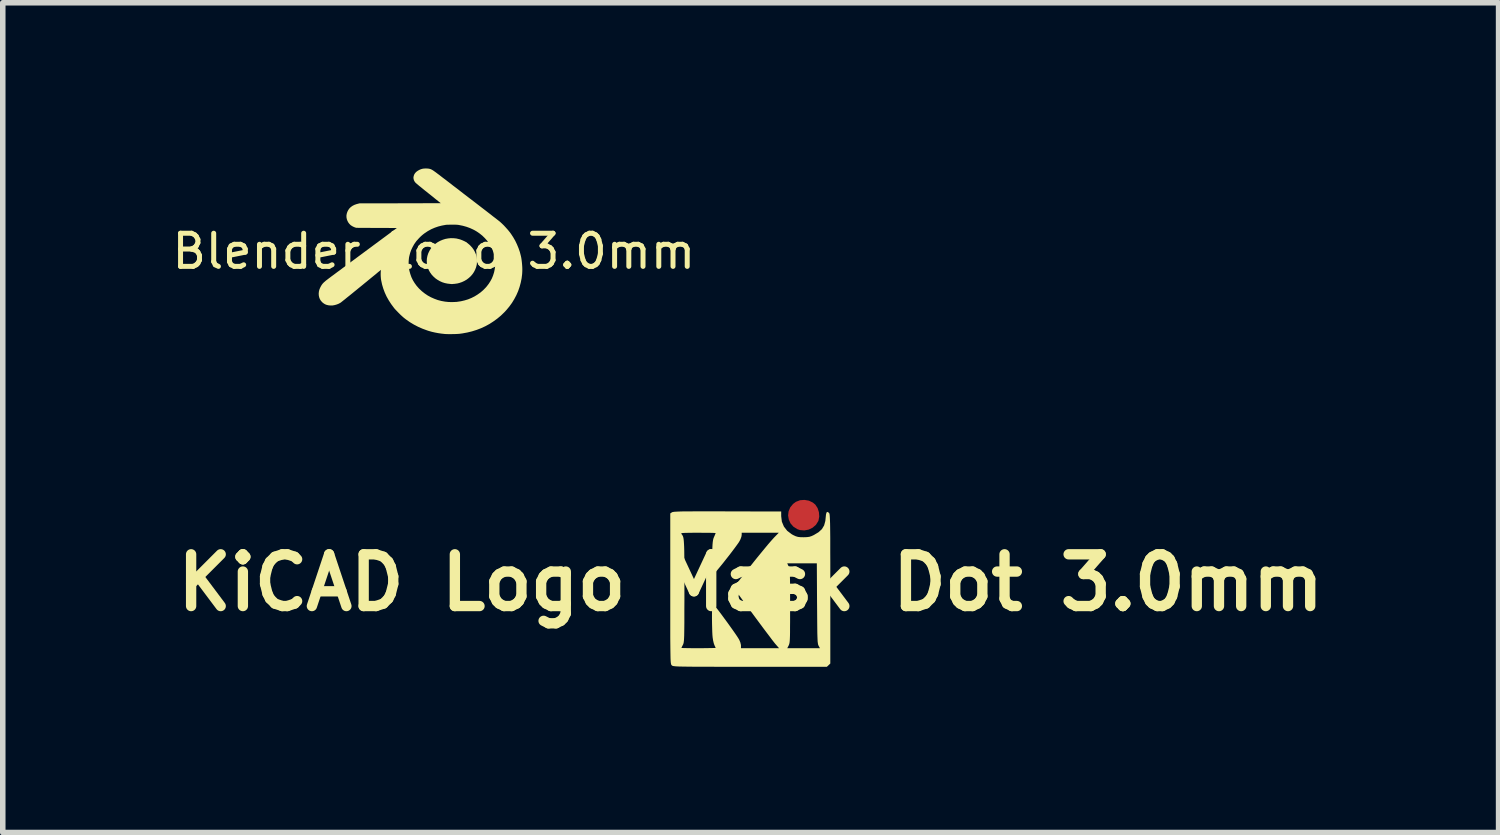
<source format=kicad_pcb>
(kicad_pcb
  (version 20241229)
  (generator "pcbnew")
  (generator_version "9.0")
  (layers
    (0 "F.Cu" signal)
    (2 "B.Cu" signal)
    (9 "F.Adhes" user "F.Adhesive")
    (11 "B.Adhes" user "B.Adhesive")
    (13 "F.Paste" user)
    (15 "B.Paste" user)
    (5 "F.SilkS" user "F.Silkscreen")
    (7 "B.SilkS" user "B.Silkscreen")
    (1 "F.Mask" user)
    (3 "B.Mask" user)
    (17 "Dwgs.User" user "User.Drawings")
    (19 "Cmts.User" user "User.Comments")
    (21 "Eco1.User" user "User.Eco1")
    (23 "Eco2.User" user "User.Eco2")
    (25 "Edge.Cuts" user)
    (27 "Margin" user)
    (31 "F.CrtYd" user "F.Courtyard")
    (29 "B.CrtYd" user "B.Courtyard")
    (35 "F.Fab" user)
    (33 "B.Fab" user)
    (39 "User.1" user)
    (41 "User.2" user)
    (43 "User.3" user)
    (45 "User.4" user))
  (footprint "KiCAD Logo Mask Dot 3.0mm"
    (layer "F.Cu")
    (at 10.538 7.497)
    (property "Reference" "KiCAD Logo Mask Dot 3.0mm" (at 0 0 180) (layer "F.SilkS") (effects (font (size 0.937 0.937) (thickness 0.187))))
    (attr board_only exclude_from_pos_files exclude_from_bom)
    (fp_poly (pts (xy 1.055 -1.484) (xy 1.127 -1.449) (xy 1.171 -1.412) (xy 1.212 -1.35) (xy 1.236 -1.275) (xy 1.242 -1.197) (xy 1.228 -1.123) (xy 1.224 -1.114) (xy 1.182 -1.047) (xy 1.122 -0.995) (xy 1.05 -0.96) (xy 0.971 -0.945) (xy 0.892 -0.952) (xy 0.845 -0.968) (xy 0.773 -1.014) (xy 0.721 -1.074) (xy 0.69 -1.144) (xy 0.678 -1.218) (xy 0.687 -1.292) (xy 0.717 -1.363) (xy 0.768 -1.425) (xy 0.819 -1.463) (xy 0.894 -1.492) (xy 0.974 -1.498)) (stroke (width 0) (type solid)) (fill yes) (layer "F.Cu"))
    (fp_poly (pts (xy 1.052 -1.485) (xy 1.124 -1.45) (xy 1.168 -1.413) (xy 1.209 -1.351) (xy 1.233 -1.276) (xy 1.239 -1.197) (xy 1.225 -1.124) (xy 1.221 -1.115) (xy 1.179 -1.047) (xy 1.119 -0.995) (xy 1.047 -0.961) (xy 0.969 -0.946) (xy 0.889 -0.953) (xy 0.842 -0.969) (xy 0.77 -1.015) (xy 0.719 -1.075) (xy 0.687 -1.144) (xy 0.675 -1.219) (xy 0.684 -1.293) (xy 0.714 -1.364) (xy 0.765 -1.426) (xy 0.816 -1.463) (xy 0.891 -1.492) (xy 0.971 -1.499)) (stroke (width 0) (type solid)) (fill yes) (layer "F.Mask"))
    (fp_poly (pts (xy -0.705 -1.291) (xy -0.532 -1.291) (xy -0.421 -1.29) (xy 0.553 -1.288) (xy 0.553 -1.203) (xy 0.565 -1.104) (xy 0.602 -1.015) (xy 0.662 -0.938) (xy 0.744 -0.876) (xy 0.771 -0.861) (xy 0.816 -0.84) (xy 0.857 -0.828) (xy 0.903 -0.823) (xy 0.957 -0.822) (xy 1.018 -0.824) (xy 1.063 -0.83) (xy 1.103 -0.843) (xy 1.144 -0.862) (xy 1.229 -0.913) (xy 1.29 -0.969) (xy 1.33 -1.036) (xy 1.352 -1.117) (xy 1.358 -1.176) (xy 1.364 -1.235) (xy 1.373 -1.269) (xy 1.387 -1.281) (xy 1.407 -1.272) (xy 1.421 -1.259) (xy 1.424 -1.254) (xy 1.427 -1.243) (xy 1.43 -1.227) (xy 1.432 -1.203) (xy 1.434 -1.169) (xy 1.436 -1.125) (xy 1.438 -1.068) (xy 1.439 -0.997) (xy 1.44 -0.911) (xy 1.441 -0.808) (xy 1.441 -0.686) (xy 1.441 -0.544) (xy 1.442 -0.381) (xy 1.442 -0.194) (xy 1.442 0.018) (xy 1.442 0.113) (xy 1.442 1.464) (xy 1.411 1.494) (xy 1.38 1.523) (xy -0.011 1.523) (xy -0.235 1.523) (xy -0.433 1.523) (xy -0.608 1.523) (xy -0.761 1.522) (xy -0.892 1.522) (xy -1.005 1.522) (xy -1.1 1.521) (xy -1.179 1.52) (xy -1.244 1.519) (xy -1.295 1.518) (xy -1.336 1.516) (xy -1.366 1.514) (xy -1.388 1.511) (xy -1.404 1.509) (xy -1.415 1.505) (xy -1.422 1.502) (xy -1.427 1.497) (xy -1.428 1.496) (xy -1.433 1.491) (xy -1.437 1.485) (xy -1.44 1.476) (xy -1.443 1.462) (xy -1.446 1.442) (xy -1.448 1.414) (xy -1.45 1.377) (xy -1.451 1.329) (xy -1.452 1.269) (xy -1.453 1.195) (xy -1.454 1.105) (xy -1.455 0.997) (xy -1.455 0.871) (xy -1.455 0.725) (xy -1.455 0.557) (xy -1.455 0.365) (xy -1.455 0.148) (xy -1.455 0.108) (xy -1.455 -0.887) (xy -1.256 -0.887) (xy -1.251 -0.879) (xy -1.241 -0.867) (xy -1.233 -0.854) (xy -1.225 -0.838) (xy -1.219 -0.818) (xy -1.214 -0.792) (xy -1.21 -0.756) (xy -1.207 -0.711) (xy -1.204 -0.653) (xy -1.202 -0.581) (xy -1.201 -0.492) (xy -1.2 -0.385) (xy -1.2 -0.258) (xy -1.199 -0.109) (xy -1.199 0.065) (xy -1.199 0.146) (xy -1.199 0.327) (xy -1.2 0.482) (xy -1.2 0.615) (xy -1.2 0.727) (xy -1.201 0.819) (xy -1.202 0.895) (xy -1.203 0.956) (xy -1.205 1.003) (xy -1.207 1.04) (xy -1.21 1.067) (xy -1.213 1.088) (xy -1.217 1.103) (xy -1.221 1.115) (xy -1.226 1.125) (xy -1.243 1.158) (xy -1.252 1.179) (xy -1.253 1.182) (xy -1.24 1.183) (xy -1.204 1.184) (xy -1.149 1.185) (xy -1.078 1.186) (xy -0.995 1.186) (xy -0.943 1.186) (xy -0.855 1.186) (xy -0.777 1.185) (xy -0.712 1.184) (xy -0.664 1.183) (xy -0.638 1.182) (xy -0.633 1.181) (xy -0.639 1.167) (xy -0.652 1.139) (xy -0.655 1.133) (xy -0.668 1.096) (xy -0.68 1.045) (xy -0.688 0.992) (xy -0.692 0.948) (xy -0.695 0.887) (xy -0.697 0.815) (xy -0.699 0.736) (xy -0.7 0.655) (xy -0.7 0.576) (xy -0.699 0.504) (xy -0.698 0.443) (xy -0.695 0.399) (xy -0.692 0.375) (xy -0.691 0.373) (xy -0.68 0.381) (xy -0.657 0.409) (xy -0.623 0.452) (xy -0.58 0.508) (xy -0.531 0.573) (xy -0.479 0.644) (xy -0.425 0.717) (xy -0.372 0.791) (xy -0.322 0.861) (xy -0.278 0.924) (xy -0.242 0.977) (xy -0.217 1.017) (xy -0.206 1.036) (xy -0.187 1.081) (xy -0.176 1.126) (xy -0.175 1.141) (xy -0.175 1.186) (xy 0.17 1.186) (xy 0.514 1.186) (xy 0.441 1.102) (xy 0.422 1.078) (xy 0.389 1.036) (xy 0.345 0.977) (xy 0.291 0.906) (xy 0.23 0.825) (xy 0.164 0.736) (xy 0.095 0.643) (xy 0.025 0.548) (xy -0.043 0.456) (xy -0.108 0.367) (xy -0.167 0.286) (xy -0.218 0.216) (xy -0.259 0.158) (xy -0.288 0.117) (xy -0.302 0.096) (xy -0.296 0.083) (xy -0.275 0.051) (xy -0.24 0.004) (xy -0.195 -0.056) (xy -0.141 -0.126) (xy -0.08 -0.204) (xy -0.014 -0.288) (xy 0.036 -0.35) (xy 0.662 -0.35) (xy 0.688 -0.293) (xy 0.694 -0.279) (xy 0.699 -0.263) (xy 0.703 -0.242) (xy 0.706 -0.215) (xy 0.708 -0.179) (xy 0.71 -0.132) (xy 0.712 -0.071) (xy 0.713 0.007) (xy 0.713 0.104) (xy 0.714 0.221) (xy 0.714 0.362) (xy 0.714 0.425) (xy 0.714 0.576) (xy 0.714 0.703) (xy 0.713 0.807) (xy 0.713 0.892) (xy 0.712 0.959) (xy 0.71 1.011) (xy 0.708 1.051) (xy 0.705 1.08) (xy 0.701 1.102) (xy 0.696 1.118) (xy 0.691 1.131) (xy 0.689 1.136) (xy 0.663 1.186) (xy 0.959 1.186) (xy 1.254 1.186) (xy 1.23 1.142) (xy 1.225 1.131) (xy 1.22 1.116) (xy 1.217 1.096) (xy 1.213 1.068) (xy 1.211 1.03) (xy 1.209 0.98) (xy 1.207 0.915) (xy 1.206 0.833) (xy 1.205 0.733) (xy 1.204 0.611) (xy 1.203 0.466) (xy 1.202 0.374) (xy 1.198 -0.35) (xy 0.93 -0.35) (xy 0.662 -0.35) (xy 0.036 -0.35) (xy 0.054 -0.373) (xy 0.123 -0.459) (xy 0.191 -0.542) (xy 0.255 -0.62) (xy 0.313 -0.69) (xy 0.364 -0.749) (xy 0.405 -0.795) (xy 0.426 -0.818) (xy 0.509 -0.903) (xy 0.174 -0.903) (xy -0.162 -0.903) (xy -0.162 -0.864) (xy -0.168 -0.83) (xy -0.184 -0.786) (xy -0.199 -0.756) (xy -0.217 -0.726) (xy -0.249 -0.681) (xy -0.29 -0.625) (xy -0.338 -0.561) (xy -0.391 -0.492) (xy -0.447 -0.421) (xy -0.502 -0.351) (xy -0.555 -0.286) (xy -0.603 -0.228) (xy -0.643 -0.181) (xy -0.672 -0.148) (xy -0.69 -0.132) (xy -0.693 -0.132) (xy -0.696 -0.147) (xy -0.698 -0.185) (xy -0.699 -0.243) (xy -0.7 -0.317) (xy -0.699 -0.404) (xy -0.698 -0.45) (xy -0.695 -0.552) (xy -0.693 -0.631) (xy -0.69 -0.69) (xy -0.686 -0.735) (xy -0.681 -0.769) (xy -0.675 -0.795) (xy -0.666 -0.819) (xy -0.662 -0.828) (xy -0.646 -0.865) (xy -0.636 -0.891) (xy -0.633 -0.898) (xy -0.646 -0.899) (xy -0.682 -0.901) (xy -0.738 -0.902) (xy -0.809 -0.902) (xy -0.893 -0.903) (xy -0.952 -0.903) (xy -1.053 -0.903) (xy -1.129 -0.902) (xy -1.185 -0.901) (xy -1.222 -0.899) (xy -1.245 -0.897) (xy -1.255 -0.892) (xy -1.256 -0.887) (xy -1.455 -0.887) (xy -1.455 -1.253) (xy -1.425 -1.273) (xy -1.416 -1.277) (xy -1.401 -1.28) (xy -1.379 -1.283) (xy -1.347 -1.285) (xy -1.304 -1.287) (xy -1.248 -1.289) (xy -1.177 -1.29) (xy -1.089 -1.29) (xy -0.982 -1.291) (xy -0.855 -1.291)) (stroke (width 0) (type solid)) (fill yes) (layer "F.SilkS")))
  (footprint "Blender Logo 3.0mm"
    (layer "F.Cu")
    (at 4.804 1.499)
    (property "Reference" "Blender Logo 3.0mm" (at 0 0 180) (layer "F.SilkS") (effects (font (size 0.6 0.6) (thickness 0.09))))
    (attr board_only exclude_from_pos_files exclude_from_bom)
    (fp_poly (pts (xy 0.357 -0.237) (xy 0.407 -0.232) (xy 0.457 -0.22) (xy 0.481 -0.213) (xy 0.527 -0.195) (xy 0.57 -0.173) (xy 0.61 -0.147) (xy 0.647 -0.116) (xy 0.661 -0.102) (xy 0.694 -0.066) (xy 0.721 -0.028) (xy 0.743 0.012) (xy 0.761 0.055) (xy 0.773 0.1) (xy 0.773 0.101) (xy 0.776 0.116) (xy 0.777 0.135) (xy 0.778 0.157) (xy 0.779 0.18) (xy 0.779 0.202) (xy 0.778 0.223) (xy 0.776 0.24) (xy 0.775 0.246) (xy 0.763 0.292) (xy 0.746 0.335) (xy 0.724 0.377) (xy 0.698 0.415) (xy 0.667 0.451) (xy 0.632 0.483) (xy 0.594 0.512) (xy 0.553 0.536) (xy 0.508 0.557) (xy 0.461 0.573) (xy 0.426 0.582) (xy 0.412 0.584) (xy 0.396 0.586) (xy 0.378 0.589) (xy 0.36 0.59) (xy 0.343 0.592) (xy 0.329 0.593) (xy 0.32 0.593) (xy 0.319 0.593) (xy 0.312 0.592) (xy 0.302 0.591) (xy 0.298 0.591) (xy 0.247 0.585) (xy 0.198 0.575) (xy 0.151 0.56) (xy 0.105 0.539) (xy 0.104 0.538) (xy 0.061 0.513) (xy 0.022 0.485) (xy -0.012 0.453) (xy -0.043 0.419) (xy -0.069 0.382) (xy -0.091 0.343) (xy -0.107 0.302) (xy -0.12 0.26) (xy -0.127 0.216) (xy -0.129 0.172) (xy -0.126 0.128) (xy -0.117 0.083) (xy -0.103 0.039) (xy -0.099 0.03) (xy -0.079 -0.011) (xy -0.055 -0.05) (xy -0.025 -0.087) (xy -0.007 -0.105) (xy 0.03 -0.138) (xy 0.07 -0.166) (xy 0.114 -0.19) (xy 0.16 -0.209) (xy 0.207 -0.224) (xy 0.256 -0.233) (xy 0.306 -0.238)) (stroke (width 0) (type solid)) (fill yes) (layer "F.SilkS"))
    (fp_poly (pts (xy -0.134 -1.499) (xy -0.112 -1.498) (xy -0.093 -1.496) (xy -0.079 -1.493) (xy -0.072 -1.491) (xy -0.065 -1.489) (xy -0.058 -1.487) (xy -0.051 -1.484) (xy -0.043 -1.48) (xy -0.035 -1.476) (xy -0.025 -1.47) (xy -0.015 -1.464) (xy -0.002 -1.455) (xy 0.012 -1.445) (xy 0.029 -1.433) (xy 0.048 -1.419) (xy 0.07 -1.402) (xy 0.095 -1.384) (xy 0.123 -1.362) (xy 0.155 -1.337) (xy 0.191 -1.31) (xy 0.232 -1.279) (xy 0.238 -1.274) (xy 0.272 -1.248) (xy 0.309 -1.22) (xy 0.349 -1.188) (xy 0.393 -1.155) (xy 0.439 -1.12) (xy 0.486 -1.083) (xy 0.535 -1.045) (xy 0.585 -1.007) (xy 0.634 -0.969) (xy 0.683 -0.932) (xy 0.731 -0.895) (xy 0.778 -0.859) (xy 0.822 -0.825) (xy 0.862 -0.794) (xy 0.9 -0.765) (xy 0.938 -0.736) (xy 0.974 -0.708) (xy 1.009 -0.681) (xy 1.041 -0.656) (xy 1.071 -0.632) (xy 1.099 -0.611) (xy 1.124 -0.592) (xy 1.145 -0.575) (xy 1.164 -0.561) (xy 1.178 -0.549) (xy 1.189 -0.541) (xy 1.195 -0.536) (xy 1.195 -0.536) (xy 1.23 -0.504) (xy 1.266 -0.469) (xy 1.302 -0.43) (xy 1.337 -0.391) (xy 1.369 -0.352) (xy 1.395 -0.317) (xy 1.435 -0.256) (xy 1.472 -0.192) (xy 1.504 -0.125) (xy 1.532 -0.057) (xy 1.556 0.012) (xy 1.574 0.081) (xy 1.582 0.118) (xy 1.588 0.158) (xy 1.593 0.2) (xy 1.597 0.244) (xy 1.6 0.288) (xy 1.601 0.33) (xy 1.6 0.37) (xy 1.598 0.406) (xy 1.598 0.409) (xy 1.588 0.49) (xy 1.572 0.569) (xy 1.551 0.646) (xy 1.525 0.721) (xy 1.493 0.794) (xy 1.456 0.864) (xy 1.414 0.933) (xy 1.367 0.998) (xy 1.314 1.062) (xy 1.274 1.105) (xy 1.212 1.165) (xy 1.147 1.219) (xy 1.078 1.269) (xy 1.007 1.315) (xy 0.932 1.356) (xy 0.854 1.392) (xy 0.773 1.423) (xy 0.69 1.449) (xy 0.605 1.47) (xy 0.517 1.486) (xy 0.473 1.492) (xy 0.456 1.494) (xy 0.439 1.495) (xy 0.422 1.496) (xy 0.403 1.497) (xy 0.381 1.498) (xy 0.356 1.498) (xy 0.325 1.499) (xy 0.325 1.499) (xy 0.301 1.499) (xy 0.277 1.499) (xy 0.254 1.499) (xy 0.235 1.498) (xy 0.218 1.498) (xy 0.206 1.497) (xy 0.201 1.497) (xy 0.137 1.49) (xy 0.076 1.481) (xy 0.018 1.47) (xy -0.038 1.457) (xy -0.095 1.441) (xy -0.122 1.432) (xy -0.204 1.402) (xy -0.284 1.367) (xy -0.361 1.327) (xy -0.436 1.282) (xy -0.508 1.231) (xy -0.539 1.207) (xy -0.558 1.191) (xy -0.579 1.172) (xy -0.602 1.151) (xy -0.626 1.127) (xy -0.65 1.103) (xy -0.673 1.079) (xy -0.694 1.057) (xy -0.713 1.036) (xy -0.724 1.022) (xy -0.773 0.956) (xy -0.817 0.888) (xy -0.856 0.819) (xy -0.889 0.747) (xy -0.916 0.675) (xy -0.938 0.601) (xy -0.954 0.525) (xy -0.958 0.501) (xy -0.96 0.479) (xy -0.962 0.453) (xy -0.963 0.426) (xy -0.963 0.398) (xy -0.962 0.372) (xy -0.961 0.36) (xy -0.959 0.336) (xy -0.981 0.355) (xy -1.004 0.373) (xy -1.029 0.394) (xy -1.056 0.417) (xy -1.086 0.441) (xy -1.118 0.467) (xy -1.151 0.494) (xy -1.185 0.522) (xy -1.22 0.551) (xy -1.256 0.58) (xy -1.292 0.61) (xy -1.329 0.64) (xy -1.365 0.669) (xy -1.4 0.698) (xy -1.435 0.726) (xy -1.469 0.754) (xy -1.501 0.78) (xy -1.532 0.805) (xy -1.561 0.828) (xy -1.587 0.849) (xy -1.611 0.869) (xy -1.632 0.885) (xy -1.65 0.9) (xy -1.665 0.911) (xy -1.675 0.92) (xy -1.682 0.925) (xy -1.684 0.927) (xy -1.719 0.947) (xy -1.756 0.962) (xy -1.794 0.973) (xy -1.832 0.98) (xy -1.869 0.981) (xy -1.906 0.978) (xy -1.94 0.97) (xy -1.944 0.969) (xy -1.971 0.958) (xy -1.995 0.943) (xy -2.018 0.925) (xy -2.026 0.917) (xy -2.048 0.891) (xy -2.065 0.863) (xy -2.076 0.833) (xy -2.083 0.8) (xy -2.085 0.767) (xy -2.082 0.732) (xy -2.074 0.697) (xy -2.06 0.662) (xy -2.042 0.627) (xy -2.035 0.616) (xy -2.03 0.608) (xy -2.024 0.599) (xy -2.018 0.592) (xy -2.012 0.584) (xy -2.004 0.576) (xy -1.996 0.567) (xy -1.986 0.558) (xy -1.974 0.548) (xy -1.961 0.536) (xy -1.945 0.523) (xy -1.926 0.509) (xy -1.904 0.492) (xy -1.88 0.474) (xy -1.851 0.452) (xy -1.819 0.429) (xy -1.783 0.402) (xy -1.743 0.372) (xy -1.742 0.371) (xy -1.715 0.352) (xy -1.684 0.329) (xy -1.65 0.303) (xy -1.611 0.275) (xy -1.57 0.244) (xy -1.56 0.237) (xy -0.457 0.237) (xy -0.456 0.267) (xy -0.454 0.291) (xy -0.443 0.353) (xy -0.427 0.411) (xy -0.407 0.468) (xy -0.381 0.522) (xy -0.35 0.573) (xy -0.314 0.623) (xy -0.272 0.671) (xy -0.265 0.678) (xy -0.217 0.723) (xy -0.165 0.764) (xy -0.11 0.801) (xy -0.053 0.832) (xy 0.008 0.859) (xy 0.07 0.882) (xy 0.135 0.899) (xy 0.201 0.911) (xy 0.269 0.918) (xy 0.338 0.919) (xy 0.409 0.916) (xy 0.425 0.914) (xy 0.491 0.904) (xy 0.555 0.889) (xy 0.618 0.87) (xy 0.679 0.845) (xy 0.737 0.816) (xy 0.792 0.782) (xy 0.844 0.745) (xy 0.893 0.703) (xy 0.937 0.658) (xy 0.957 0.635) (xy 0.993 0.588) (xy 1.023 0.541) (xy 1.049 0.493) (xy 1.07 0.442) (xy 1.087 0.389) (xy 1.09 0.379) (xy 1.102 0.32) (xy 1.109 0.261) (xy 1.111 0.201) (xy 1.106 0.142) (xy 1.097 0.084) (xy 1.081 0.027) (xy 1.061 -0.029) (xy 1.035 -0.084) (xy 1.004 -0.136) (xy 1.004 -0.137) (xy 0.966 -0.189) (xy 0.923 -0.238) (xy 0.877 -0.283) (xy 0.827 -0.323) (xy 0.773 -0.36) (xy 0.716 -0.392) (xy 0.655 -0.42) (xy 0.592 -0.443) (xy 0.525 -0.462) (xy 0.455 -0.476) (xy 0.436 -0.479) (xy 0.424 -0.48) (xy 0.407 -0.481) (xy 0.386 -0.482) (xy 0.363 -0.482) (xy 0.338 -0.482) (xy 0.313 -0.482) (xy 0.288 -0.482) (xy 0.265 -0.481) (xy 0.245 -0.481) (xy 0.228 -0.48) (xy 0.217 -0.479) (xy 0.146 -0.466) (xy 0.079 -0.449) (xy 0.015 -0.427) (xy -0.047 -0.4) (xy -0.106 -0.368) (xy -0.162 -0.331) (xy -0.181 -0.317) (xy -0.199 -0.303) (xy -0.219 -0.286) (xy -0.24 -0.267) (xy -0.261 -0.246) (xy -0.281 -0.225) (xy -0.299 -0.205) (xy -0.315 -0.187) (xy -0.322 -0.178) (xy -0.357 -0.128) (xy -0.386 -0.076) (xy -0.411 -0.023) (xy -0.43 0.031) (xy -0.445 0.089) (xy -0.45 0.114) (xy -0.453 0.141) (xy -0.456 0.172) (xy -0.457 0.204) (xy -0.457 0.237) (xy -1.56 0.237) (xy -1.527 0.212) (xy -1.481 0.178) (xy -1.433 0.143) (xy -1.385 0.107) (xy -1.335 0.07) (xy -1.285 0.033) (xy -1.235 -0.004) (xy -1.185 -0.041) (xy -1.136 -0.077) (xy -1.096 -0.107) (xy -0.67 -0.422) (xy -1.037 -0.423) (xy -1.404 -0.425) (xy -1.425 -0.431) (xy -1.448 -0.44) (xy -1.471 -0.451) (xy -1.492 -0.464) (xy -1.506 -0.473) (xy -1.53 -0.497) (xy -1.55 -0.523) (xy -1.565 -0.552) (xy -1.576 -0.582) (xy -1.582 -0.614) (xy -1.583 -0.646) (xy -1.578 -0.677) (xy -1.578 -0.678) (xy -1.567 -0.713) (xy -1.551 -0.745) (xy -1.531 -0.774) (xy -1.506 -0.799) (xy -1.476 -0.821) (xy -1.442 -0.839) (xy -1.404 -0.853) (xy -1.374 -0.861) (xy -1.346 -0.868) (xy -0.611 -0.869) (xy 0.124 -0.871) (xy 0.018 -0.956) (xy -0.007 -0.977) (xy -0.036 -1) (xy -0.067 -1.025) (xy -0.1 -1.051) (xy -0.132 -1.077) (xy -0.163 -1.101) (xy -0.191 -1.124) (xy -0.201 -1.132) (xy -0.224 -1.151) (xy -0.246 -1.169) (xy -0.267 -1.185) (xy -0.285 -1.201) (xy -0.302 -1.215) (xy -0.315 -1.226) (xy -0.325 -1.235) (xy -0.331 -1.24) (xy -0.332 -1.241) (xy -0.349 -1.263) (xy -0.361 -1.287) (xy -0.368 -1.312) (xy -0.37 -1.338) (xy -0.365 -1.364) (xy -0.356 -1.39) (xy -0.341 -1.414) (xy -0.321 -1.436) (xy -0.296 -1.455) (xy -0.267 -1.472) (xy -0.235 -1.486) (xy -0.21 -1.493) (xy -0.196 -1.496) (xy -0.177 -1.498) (xy -0.156 -1.499)) (stroke (width 0) (type solid)) (fill yes) (layer "F.SilkS")))
  (gr_rect
    (start -3 -3)
    (end 24.077 12.02)
    (stroke (width 0.1) (type default))
    (fill no)
    (layer "Edge.Cuts")))
</source>
